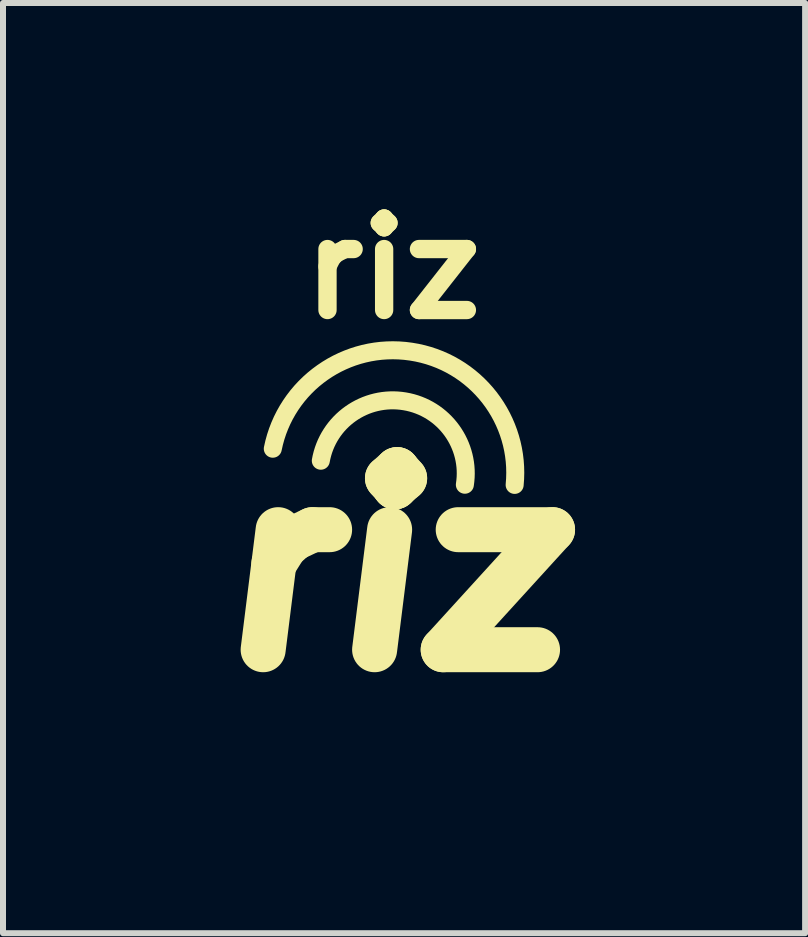
<source format=kicad_pcb>
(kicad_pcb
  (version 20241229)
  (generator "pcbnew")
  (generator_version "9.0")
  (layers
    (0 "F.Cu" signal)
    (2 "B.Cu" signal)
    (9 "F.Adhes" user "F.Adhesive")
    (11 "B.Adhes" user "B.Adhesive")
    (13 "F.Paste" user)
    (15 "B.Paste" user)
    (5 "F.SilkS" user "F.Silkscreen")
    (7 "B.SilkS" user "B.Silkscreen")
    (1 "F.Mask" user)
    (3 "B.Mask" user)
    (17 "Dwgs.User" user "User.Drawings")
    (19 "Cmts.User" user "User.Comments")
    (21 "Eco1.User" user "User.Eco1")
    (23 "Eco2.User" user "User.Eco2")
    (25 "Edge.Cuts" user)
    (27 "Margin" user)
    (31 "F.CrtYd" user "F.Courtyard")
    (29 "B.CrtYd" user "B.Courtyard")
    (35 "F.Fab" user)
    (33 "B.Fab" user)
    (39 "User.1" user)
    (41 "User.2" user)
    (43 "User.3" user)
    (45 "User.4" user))
  (footprint "riz"
    (layer "F.Cu")
    (at 3.495 6.426)
    (property "Reference" "riz" (at 0 -5 0) (layer "F.SilkS") (effects (font (size 1.524 1.524) (thickness 0.305))))
    (attr smd)
    (fp_arc (start -2 -2) (mid 0.301835 -3.61715) (end 2.029486 -1.397051) (stroke (width 0.3) (type solid)) (layer "F.SilkS"))
    (fp_arc (start -1.2 -1.8) (mid 0.2 -2.8) (end 1.2 -1.4) (stroke (width 0.3) (type solid)) (layer "F.SilkS"))
    (fp_text user "riz" (at 0 0 0) (layer "F.SilkS") (effects (font (size 3 3) (thickness 0.75) (italic yes)))))
  (gr_rect
    (start -3 -3)
    (end 10.364 12.498)
    (stroke (width 0.1) (type default))
    (fill no)
    (layer "Edge.Cuts")))
</source>
